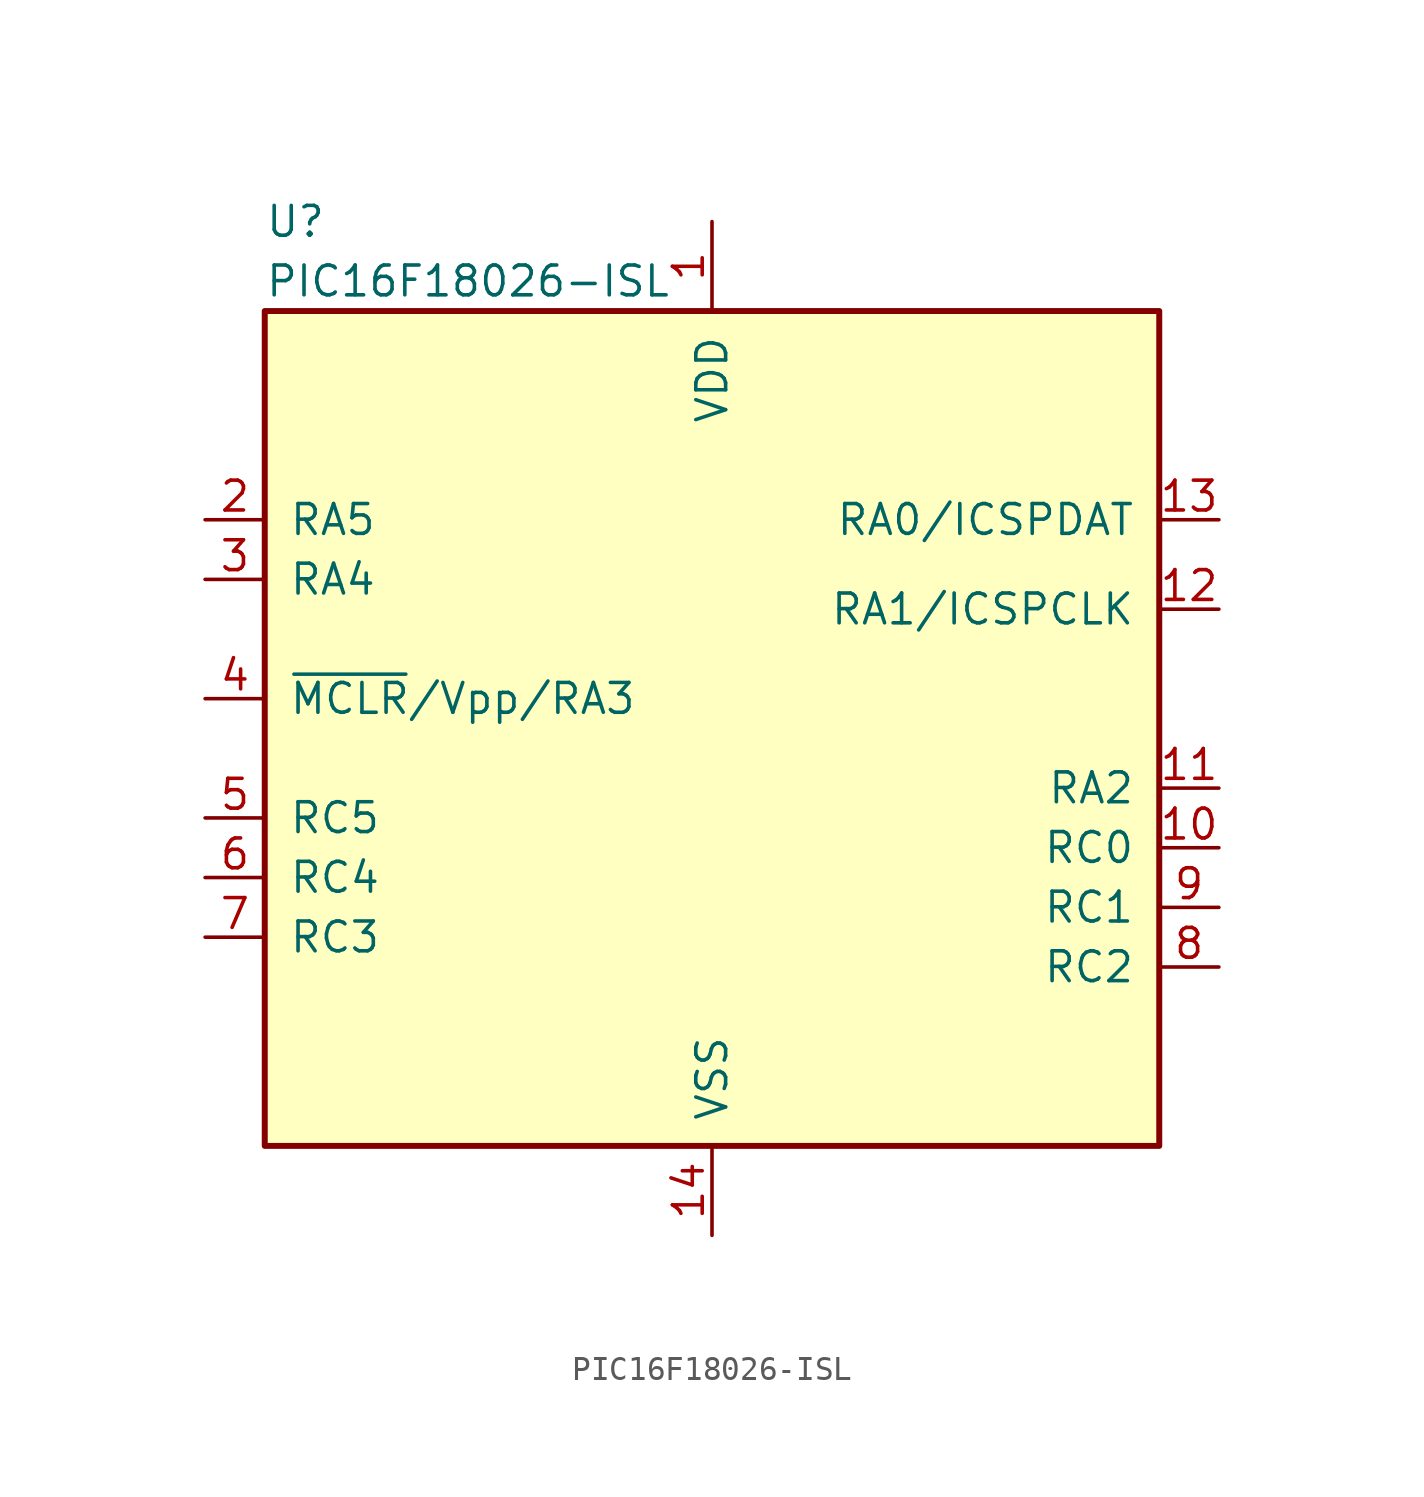
<source format=kicad_sym>
(kicad_symbol_lib
  (version 20220914)
  (generator kicad_symbol_editor)
  (symbol "PIC16F18026-ISL"
    (pin_names
      (offset 1.016))
    (property "Reference" "U"
      (at -19.05 22.86 0)
      (effects (font (size 1.27 1.27)) (justify left)))
    (property "Value" "PIC16F18026-ISL"
      (at -19.05 20.32 0)
      (effects (font (size 1.27 1.27)) (justify left)))
    (symbol "PIC16F18026-ISL_0_1"
      (rectangle (start -19.05 19.05) (end 19.05 -16.51) (stroke (width 0.254) (type default)) (fill (type background))))
    (symbol "PIC16F18026-ISL_1_1"
      (pin power_in line (at 0 22.86 270) (length 3.81) (name "VDD" (effects (font (size 1.27 1.27)))) (number "1" (effects (font (size 1.27 1.27)))))
      (pin bidirectional line (at 21.59 -3.81 180) (length 2.54) (name "RC0" (effects (font (size 1.27 1.27)))) (number "10" (effects (font (size 1.27 1.27)))))
      (pin bidirectional line (at 21.59 -1.27 180) (length 2.54) (name "RA2" (effects (font (size 1.27 1.27)))) (number "11" (effects (font (size 1.27 1.27)))))
      (pin input line (at 21.59 6.35 180) (length 2.54) (name "RA1/ICSPCLK" (effects (font (size 1.27 1.27)))) (number "12" (effects (font (size 1.27 1.27)))))
      (pin input line (at 21.59 10.16 180) (length 2.54) (name "RA0/ICSPDAT" (effects (font (size 1.27 1.27)))) (number "13" (effects (font (size 1.27 1.27)))))
      (pin power_in line (at 0 -20.32 90) (length 3.81) (name "VSS" (effects (font (size 1.27 1.27)))) (number "14" (effects (font (size 1.27 1.27)))))
      (pin bidirectional line (at -21.59 10.16 0) (length 2.54) (name "RA5" (effects (font (size 1.27 1.27)))) (number "2" (effects (font (size 1.27 1.27)))))
      (pin bidirectional line (at -21.59 7.62 0) (length 2.54) (name "RA4" (effects (font (size 1.27 1.27)))) (number "3" (effects (font (size 1.27 1.27)))))
      (pin input line (at -21.59 2.54 0) (length 2.54) (name "~{MCLR}/Vpp/RA3" (effects (font (size 1.27 1.27)))) (number "4" (effects (font (size 1.27 1.27)))))
      (pin bidirectional line (at -21.59 -2.54 0) (length 2.54) (name "RC5" (effects (font (size 1.27 1.27)))) (number "5" (effects (font (size 1.27 1.27)))))
      (pin bidirectional line (at -21.59 -5.08 0) (length 2.54) (name "RC4" (effects (font (size 1.27 1.27)))) (number "6" (effects (font (size 1.27 1.27)))))
      (pin bidirectional line (at -21.59 -7.62 0) (length 2.54) (name "RC3" (effects (font (size 1.27 1.27)))) (number "7" (effects (font (size 1.27 1.27)))))
      (pin bidirectional line (at 21.59 -8.89 180) (length 2.54) (name "RC2" (effects (font (size 1.27 1.27)))) (number "8" (effects (font (size 1.27 1.27)))))
      (pin bidirectional line (at 21.59 -6.35 180) (length 2.54) (name "RC1" (effects (font (size 1.27 1.27)))) (number "9" (effects (font (size 1.27 1.27))))))))
</source>
